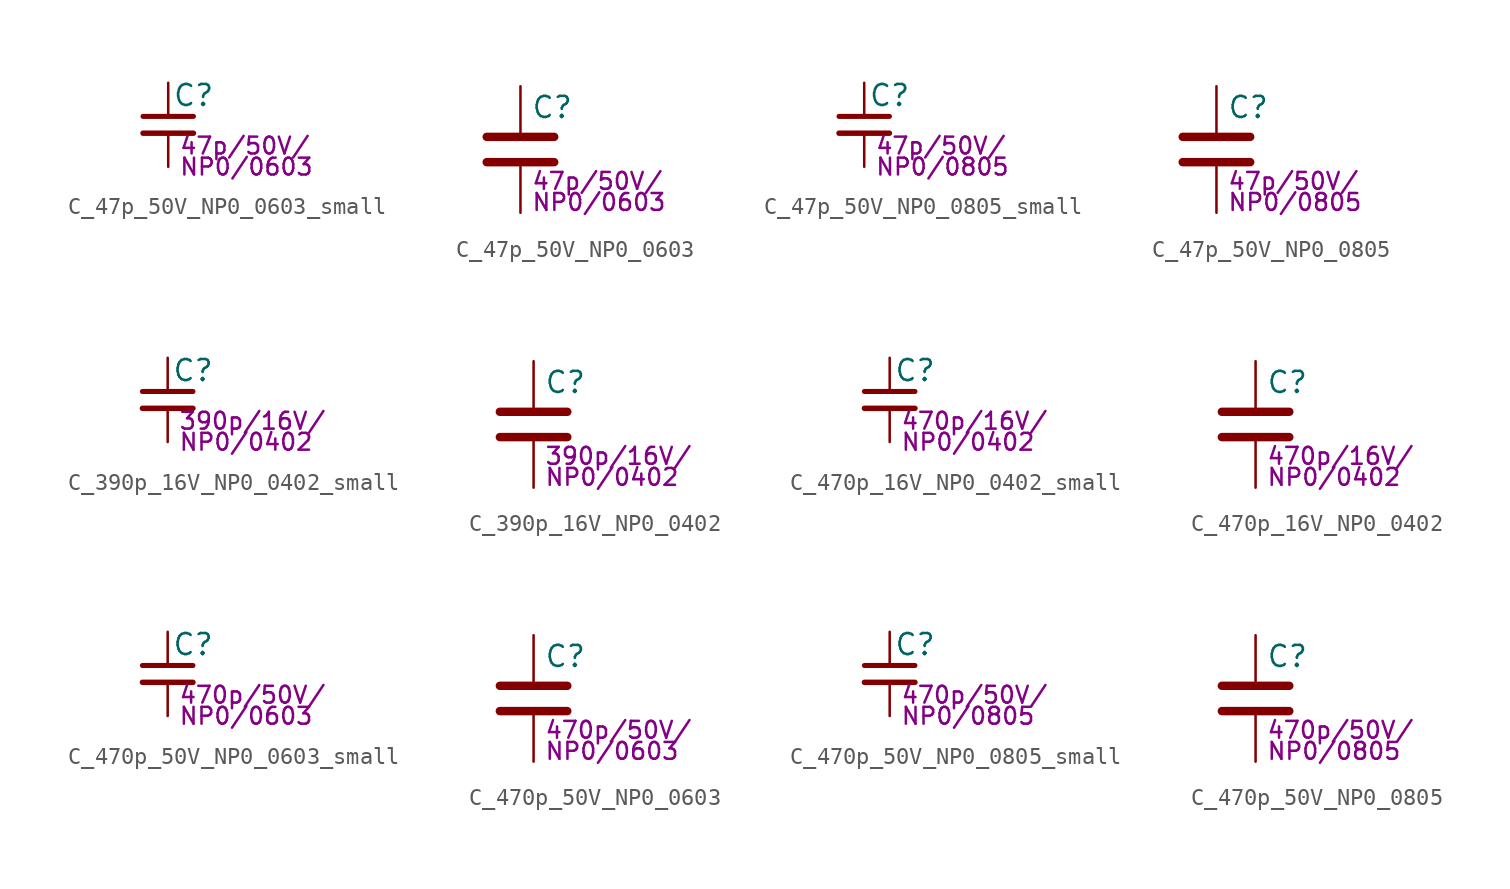
<source format=kicad_sym>
(kicad_symbol_lib
  (version 20211014)
  (generator kicad_symbol_editor)
  (symbol "C_47p_50V_NP0_0603_small"
    (pin_numbers hide)
    (pin_names
      (offset 0.254) hide)
    (property "Reference" "C"
      (at 0.254 1.778 0)
      (effects (font (size 1.27 1.27)) (justify left)))
    (property "Params" "47p/50V/"
      (at 0.635 -1.27 0)
      (effects (font (size 1.016 1.016)) (justify left)))
    (property "Params2" "NP0/0603"
      (at 0.635 -2.54 0)
      (effects (font (size 1.016 1.016)) (justify left)))
    (symbol "C_47p_50V_NP0_0603_small_0_1"
      (polyline (pts (xy -1.524 -0.508) (xy 1.524 -0.508)) (stroke (width 0.33) (type default) (color 0 0 0 0)) (fill (type none)))
      (polyline (pts (xy -1.524 0.508) (xy 1.524 0.508)) (stroke (width 0.305) (type default) (color 0 0 0 0)) (fill (type none))))
    (symbol "C_47p_50V_NP0_0603_small_1_1"
      (pin passive line (at 0 2.54 270) (length 2.032) (name "~" (effects (font (size 1.27 1.27)))) (number "1" (effects (font (size 1.27 1.27)))))
      (pin passive line (at 0 -2.54 90) (length 2.032) (name "~" (effects (font (size 1.27 1.27)))) (number "2" (effects (font (size 1.27 1.27)))))))
  (symbol "C_47p_50V_NP0_0603"
    (pin_numbers hide)
    (pin_names
      (offset 0.254))
    (property "Reference" "C"
      (at 0.635 2.54 0)
      (effects (font (size 1.27 1.27)) (justify left)))
    (property "Params" "47p/50V/"
      (at 0.635 -1.905 0)
      (effects (font (size 1.016 1.016)) (justify left)))
    (property "Params2" "NP0/0603"
      (at 0.635 -3.175 0)
      (effects (font (size 1.016 1.016)) (justify left)))
    (symbol "C_47p_50V_NP0_0603_0_1"
      (polyline (pts (xy -2.032 -0.762) (xy 2.032 -0.762)) (stroke (width 0.508) (type default) (color 0 0 0 0)) (fill (type none)))
      (polyline (pts (xy -2.032 0.762) (xy 2.032 0.762)) (stroke (width 0.508) (type default) (color 0 0 0 0)) (fill (type none))))
    (symbol "C_47p_50V_NP0_0603_1_1"
      (pin passive line (at 0 3.81 270) (length 2.794) (name "~" (effects (font (size 1.27 1.27)))) (number "1" (effects (font (size 1.27 1.27)))))
      (pin passive line (at 0 -3.81 90) (length 2.794) (name "~" (effects (font (size 1.27 1.27)))) (number "2" (effects (font (size 1.27 1.27)))))))
  (symbol "C_47p_50V_NP0_0805_small"
    (pin_numbers hide)
    (pin_names
      (offset 0.254) hide)
    (property "Reference" "C"
      (at 0.254 1.778 0)
      (effects (font (size 1.27 1.27)) (justify left)))
    (property "Params" "47p/50V/"
      (at 0.635 -1.27 0)
      (effects (font (size 1.016 1.016)) (justify left)))
    (property "Params2" "NP0/0805"
      (at 0.635 -2.54 0)
      (effects (font (size 1.016 1.016)) (justify left)))
    (symbol "C_47p_50V_NP0_0805_small_0_1"
      (polyline (pts (xy -1.524 -0.508) (xy 1.524 -0.508)) (stroke (width 0.33) (type default) (color 0 0 0 0)) (fill (type none)))
      (polyline (pts (xy -1.524 0.508) (xy 1.524 0.508)) (stroke (width 0.305) (type default) (color 0 0 0 0)) (fill (type none))))
    (symbol "C_47p_50V_NP0_0805_small_1_1"
      (pin passive line (at 0 2.54 270) (length 2.032) (name "~" (effects (font (size 1.27 1.27)))) (number "1" (effects (font (size 1.27 1.27)))))
      (pin passive line (at 0 -2.54 90) (length 2.032) (name "~" (effects (font (size 1.27 1.27)))) (number "2" (effects (font (size 1.27 1.27)))))))
  (symbol "C_47p_50V_NP0_0805"
    (pin_numbers hide)
    (pin_names
      (offset 0.254))
    (property "Reference" "C"
      (at 0.635 2.54 0)
      (effects (font (size 1.27 1.27)) (justify left)))
    (property "Params" "47p/50V/"
      (at 0.635 -1.905 0)
      (effects (font (size 1.016 1.016)) (justify left)))
    (property "Params2" "NP0/0805"
      (at 0.635 -3.175 0)
      (effects (font (size 1.016 1.016)) (justify left)))
    (symbol "C_47p_50V_NP0_0805_0_1"
      (polyline (pts (xy -2.032 -0.762) (xy 2.032 -0.762)) (stroke (width 0.508) (type default) (color 0 0 0 0)) (fill (type none)))
      (polyline (pts (xy -2.032 0.762) (xy 2.032 0.762)) (stroke (width 0.508) (type default) (color 0 0 0 0)) (fill (type none))))
    (symbol "C_47p_50V_NP0_0805_1_1"
      (pin passive line (at 0 3.81 270) (length 2.794) (name "~" (effects (font (size 1.27 1.27)))) (number "1" (effects (font (size 1.27 1.27)))))
      (pin passive line (at 0 -3.81 90) (length 2.794) (name "~" (effects (font (size 1.27 1.27)))) (number "2" (effects (font (size 1.27 1.27)))))))
  (symbol "C_390p_16V_NP0_0402_small"
    (pin_numbers hide)
    (pin_names
      (offset 0.254) hide)
    (property "Reference" "C"
      (at 0.254 1.778 0)
      (effects (font (size 1.27 1.27)) (justify left)))
    (property "Params" "390p/16V/"
      (at 0.635 -1.27 0)
      (effects (font (size 1.016 1.016)) (justify left)))
    (property "Params2" "NP0/0402"
      (at 0.635 -2.54 0)
      (effects (font (size 1.016 1.016)) (justify left)))
    (symbol "C_390p_16V_NP0_0402_small_0_1"
      (polyline (pts (xy -1.524 -0.508) (xy 1.524 -0.508)) (stroke (width 0.33) (type default) (color 0 0 0 0)) (fill (type none)))
      (polyline (pts (xy -1.524 0.508) (xy 1.524 0.508)) (stroke (width 0.305) (type default) (color 0 0 0 0)) (fill (type none))))
    (symbol "C_390p_16V_NP0_0402_small_1_1"
      (pin passive line (at 0 2.54 270) (length 2.032) (name "~" (effects (font (size 1.27 1.27)))) (number "1" (effects (font (size 1.27 1.27)))))
      (pin passive line (at 0 -2.54 90) (length 2.032) (name "~" (effects (font (size 1.27 1.27)))) (number "2" (effects (font (size 1.27 1.27)))))))
  (symbol "C_390p_16V_NP0_0402"
    (pin_numbers hide)
    (pin_names
      (offset 0.254))
    (property "Reference" "C"
      (at 0.635 2.54 0)
      (effects (font (size 1.27 1.27)) (justify left)))
    (property "Params" "390p/16V/"
      (at 0.635 -1.905 0)
      (effects (font (size 1.016 1.016)) (justify left)))
    (property "Params2" "NP0/0402"
      (at 0.635 -3.175 0)
      (effects (font (size 1.016 1.016)) (justify left)))
    (symbol "C_390p_16V_NP0_0402_0_1"
      (polyline (pts (xy -2.032 -0.762) (xy 2.032 -0.762)) (stroke (width 0.508) (type default) (color 0 0 0 0)) (fill (type none)))
      (polyline (pts (xy -2.032 0.762) (xy 2.032 0.762)) (stroke (width 0.508) (type default) (color 0 0 0 0)) (fill (type none))))
    (symbol "C_390p_16V_NP0_0402_1_1"
      (pin passive line (at 0 3.81 270) (length 2.794) (name "~" (effects (font (size 1.27 1.27)))) (number "1" (effects (font (size 1.27 1.27)))))
      (pin passive line (at 0 -3.81 90) (length 2.794) (name "~" (effects (font (size 1.27 1.27)))) (number "2" (effects (font (size 1.27 1.27)))))))
  (symbol "C_470p_16V_NP0_0402_small"
    (pin_numbers hide)
    (pin_names
      (offset 0.254) hide)
    (property "Reference" "C"
      (at 0.254 1.778 0)
      (effects (font (size 1.27 1.27)) (justify left)))
    (property "Params" "470p/16V/"
      (at 0.635 -1.27 0)
      (effects (font (size 1.016 1.016)) (justify left)))
    (property "Params2" "NP0/0402"
      (at 0.635 -2.54 0)
      (effects (font (size 1.016 1.016)) (justify left)))
    (symbol "C_470p_16V_NP0_0402_small_0_1"
      (polyline (pts (xy -1.524 -0.508) (xy 1.524 -0.508)) (stroke (width 0.33) (type default) (color 0 0 0 0)) (fill (type none)))
      (polyline (pts (xy -1.524 0.508) (xy 1.524 0.508)) (stroke (width 0.305) (type default) (color 0 0 0 0)) (fill (type none))))
    (symbol "C_470p_16V_NP0_0402_small_1_1"
      (pin passive line (at 0 2.54 270) (length 2.032) (name "~" (effects (font (size 1.27 1.27)))) (number "1" (effects (font (size 1.27 1.27)))))
      (pin passive line (at 0 -2.54 90) (length 2.032) (name "~" (effects (font (size 1.27 1.27)))) (number "2" (effects (font (size 1.27 1.27)))))))
  (symbol "C_470p_16V_NP0_0402"
    (pin_numbers hide)
    (pin_names
      (offset 0.254))
    (property "Reference" "C"
      (at 0.635 2.54 0)
      (effects (font (size 1.27 1.27)) (justify left)))
    (property "Params" "470p/16V/"
      (at 0.635 -1.905 0)
      (effects (font (size 1.016 1.016)) (justify left)))
    (property "Params2" "NP0/0402"
      (at 0.635 -3.175 0)
      (effects (font (size 1.016 1.016)) (justify left)))
    (symbol "C_470p_16V_NP0_0402_0_1"
      (polyline (pts (xy -2.032 -0.762) (xy 2.032 -0.762)) (stroke (width 0.508) (type default) (color 0 0 0 0)) (fill (type none)))
      (polyline (pts (xy -2.032 0.762) (xy 2.032 0.762)) (stroke (width 0.508) (type default) (color 0 0 0 0)) (fill (type none))))
    (symbol "C_470p_16V_NP0_0402_1_1"
      (pin passive line (at 0 3.81 270) (length 2.794) (name "~" (effects (font (size 1.27 1.27)))) (number "1" (effects (font (size 1.27 1.27)))))
      (pin passive line (at 0 -3.81 90) (length 2.794) (name "~" (effects (font (size 1.27 1.27)))) (number "2" (effects (font (size 1.27 1.27)))))))
  (symbol "C_470p_50V_NP0_0603_small"
    (pin_numbers hide)
    (pin_names
      (offset 0.254) hide)
    (property "Reference" "C"
      (at 0.254 1.778 0)
      (effects (font (size 1.27 1.27)) (justify left)))
    (property "Params" "470p/50V/"
      (at 0.635 -1.27 0)
      (effects (font (size 1.016 1.016)) (justify left)))
    (property "Params2" "NP0/0603"
      (at 0.635 -2.54 0)
      (effects (font (size 1.016 1.016)) (justify left)))
    (symbol "C_470p_50V_NP0_0603_small_0_1"
      (polyline (pts (xy -1.524 -0.508) (xy 1.524 -0.508)) (stroke (width 0.33) (type default) (color 0 0 0 0)) (fill (type none)))
      (polyline (pts (xy -1.524 0.508) (xy 1.524 0.508)) (stroke (width 0.305) (type default) (color 0 0 0 0)) (fill (type none))))
    (symbol "C_470p_50V_NP0_0603_small_1_1"
      (pin passive line (at 0 2.54 270) (length 2.032) (name "~" (effects (font (size 1.27 1.27)))) (number "1" (effects (font (size 1.27 1.27)))))
      (pin passive line (at 0 -2.54 90) (length 2.032) (name "~" (effects (font (size 1.27 1.27)))) (number "2" (effects (font (size 1.27 1.27)))))))
  (symbol "C_470p_50V_NP0_0603"
    (pin_numbers hide)
    (pin_names
      (offset 0.254))
    (property "Reference" "C"
      (at 0.635 2.54 0)
      (effects (font (size 1.27 1.27)) (justify left)))
    (property "Params" "470p/50V/"
      (at 0.635 -1.905 0)
      (effects (font (size 1.016 1.016)) (justify left)))
    (property "Params2" "NP0/0603"
      (at 0.635 -3.175 0)
      (effects (font (size 1.016 1.016)) (justify left)))
    (symbol "C_470p_50V_NP0_0603_0_1"
      (polyline (pts (xy -2.032 -0.762) (xy 2.032 -0.762)) (stroke (width 0.508) (type default) (color 0 0 0 0)) (fill (type none)))
      (polyline (pts (xy -2.032 0.762) (xy 2.032 0.762)) (stroke (width 0.508) (type default) (color 0 0 0 0)) (fill (type none))))
    (symbol "C_470p_50V_NP0_0603_1_1"
      (pin passive line (at 0 3.81 270) (length 2.794) (name "~" (effects (font (size 1.27 1.27)))) (number "1" (effects (font (size 1.27 1.27)))))
      (pin passive line (at 0 -3.81 90) (length 2.794) (name "~" (effects (font (size 1.27 1.27)))) (number "2" (effects (font (size 1.27 1.27)))))))
  (symbol "C_470p_50V_NP0_0805_small"
    (pin_numbers hide)
    (pin_names
      (offset 0.254) hide)
    (property "Reference" "C"
      (at 0.254 1.778 0)
      (effects (font (size 1.27 1.27)) (justify left)))
    (property "Params" "470p/50V/"
      (at 0.635 -1.27 0)
      (effects (font (size 1.016 1.016)) (justify left)))
    (property "Params2" "NP0/0805"
      (at 0.635 -2.54 0)
      (effects (font (size 1.016 1.016)) (justify left)))
    (symbol "C_470p_50V_NP0_0805_small_0_1"
      (polyline (pts (xy -1.524 -0.508) (xy 1.524 -0.508)) (stroke (width 0.33) (type default) (color 0 0 0 0)) (fill (type none)))
      (polyline (pts (xy -1.524 0.508) (xy 1.524 0.508)) (stroke (width 0.305) (type default) (color 0 0 0 0)) (fill (type none))))
    (symbol "C_470p_50V_NP0_0805_small_1_1"
      (pin passive line (at 0 2.54 270) (length 2.032) (name "~" (effects (font (size 1.27 1.27)))) (number "1" (effects (font (size 1.27 1.27)))))
      (pin passive line (at 0 -2.54 90) (length 2.032) (name "~" (effects (font (size 1.27 1.27)))) (number "2" (effects (font (size 1.27 1.27)))))))
  (symbol "C_470p_50V_NP0_0805"
    (pin_numbers hide)
    (pin_names
      (offset 0.254))
    (property "Reference" "C"
      (at 0.635 2.54 0)
      (effects (font (size 1.27 1.27)) (justify left)))
    (property "Params" "470p/50V/"
      (at 0.635 -1.905 0)
      (effects (font (size 1.016 1.016)) (justify left)))
    (property "Params2" "NP0/0805"
      (at 0.635 -3.175 0)
      (effects (font (size 1.016 1.016)) (justify left)))
    (symbol "C_470p_50V_NP0_0805_0_1"
      (polyline (pts (xy -2.032 -0.762) (xy 2.032 -0.762)) (stroke (width 0.508) (type default) (color 0 0 0 0)) (fill (type none)))
      (polyline (pts (xy -2.032 0.762) (xy 2.032 0.762)) (stroke (width 0.508) (type default) (color 0 0 0 0)) (fill (type none))))
    (symbol "C_470p_50V_NP0_0805_1_1"
      (pin passive line (at 0 3.81 270) (length 2.794) (name "~" (effects (font (size 1.27 1.27)))) (number "1" (effects (font (size 1.27 1.27)))))
      (pin passive line (at 0 -3.81 90) (length 2.794) (name "~" (effects (font (size 1.27 1.27)))) (number "2" (effects (font (size 1.27 1.27))))))))
</source>
